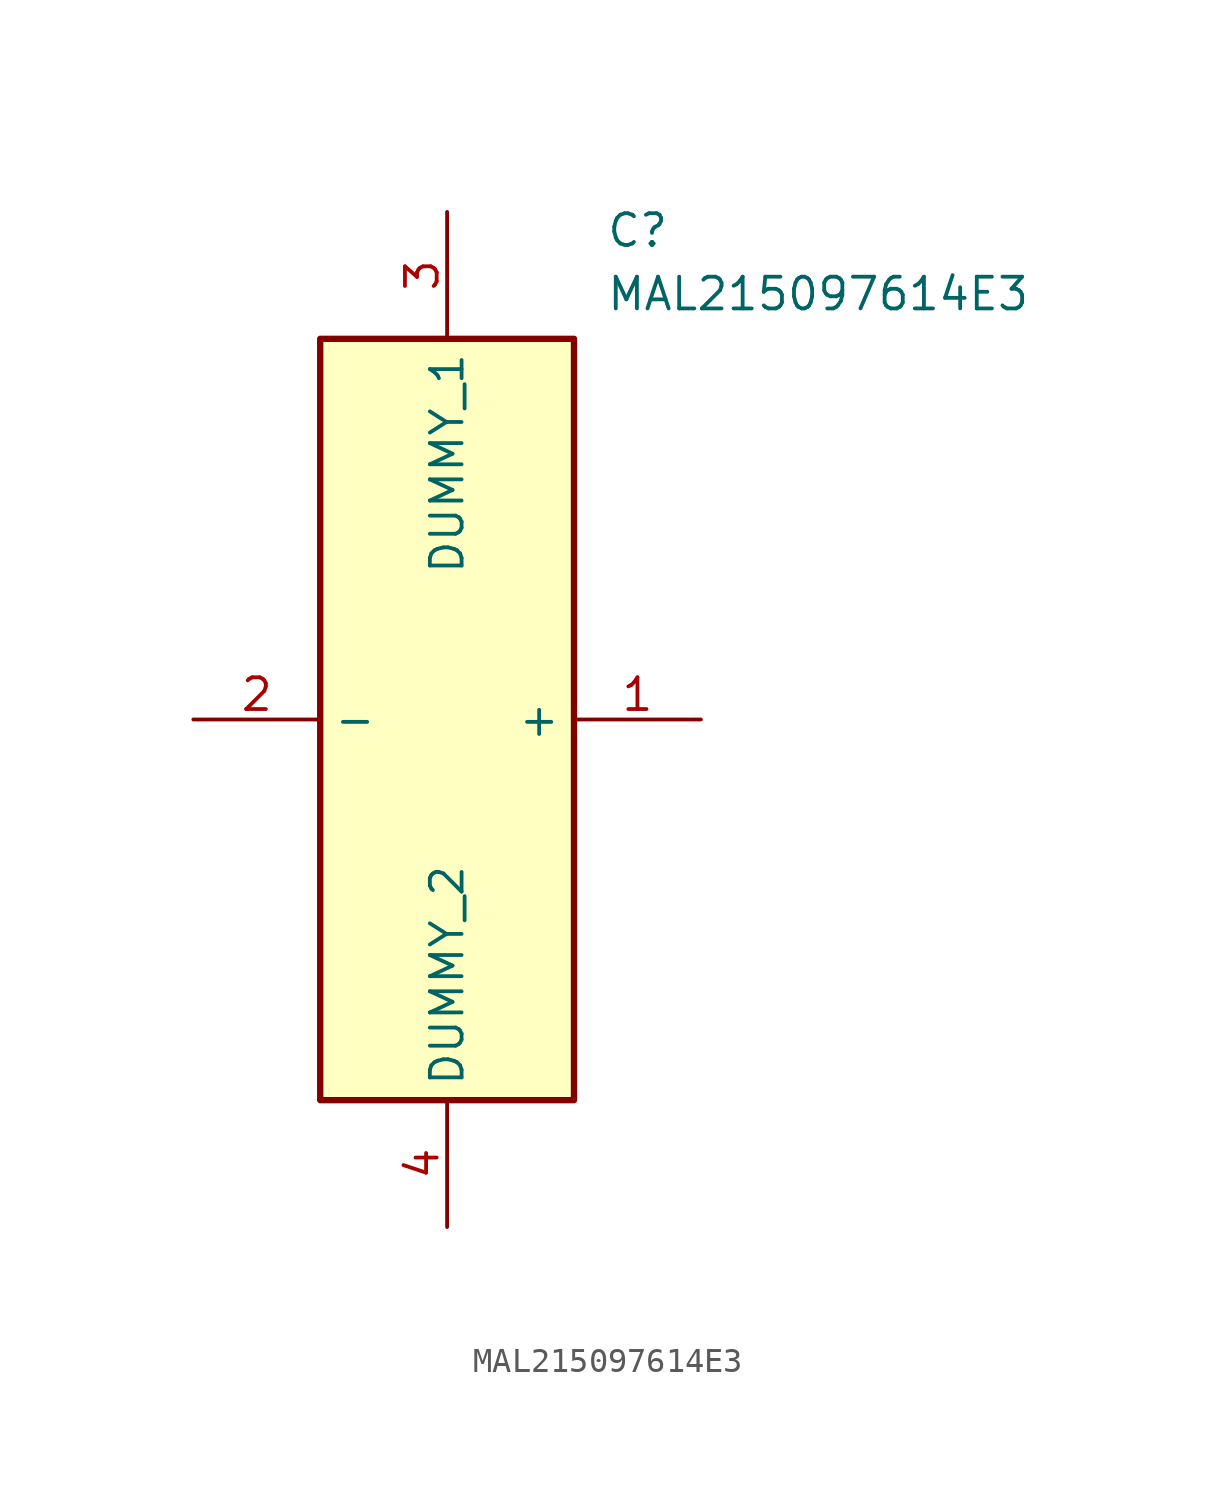
<source format=kicad_sym>
(kicad_symbol_lib
  (version 20211014)
  (generator SamacSys_ECAD_Model)
  (symbol "MAL215097614E3"
    (property "Reference" "C"
      (at 16.51 20.32 0)
      (effects (font (size 1.27 1.27)) (justify left top)))
    (property "Value" "MAL215097614E3"
      (at 16.51 17.78 0)
      (effects (font (size 1.27 1.27)) (justify left top)))
    (rectangle
      (start 5.08 15.24)
      (end 15.24 -15.24)
      (stroke (width 0.254) (type default))
      (fill (type background)))
    (pin passive line
      (at 20.32 0 180)
      (length 5.08)
      (name "+" (effects (font (size 1.27 1.27))))
      (number "1" (effects (font (size 1.27 1.27)))))
    (pin passive line
      (at 0 0 0)
      (length 5.08)
      (name "-" (effects (font (size 1.27 1.27))))
      (number "2" (effects (font (size 1.27 1.27)))))
    (pin passive line
      (at 10.16 20.32 270)
      (length 5.08)
      (name "DUMMY_1" (effects (font (size 1.27 1.27))))
      (number "3" (effects (font (size 1.27 1.27)))))
    (pin passive line
      (at 10.16 -20.32 90)
      (length 5.08)
      (name "DUMMY_2" (effects (font (size 1.27 1.27))))
      (number "4" (effects (font (size 1.27 1.27)))))))
</source>
